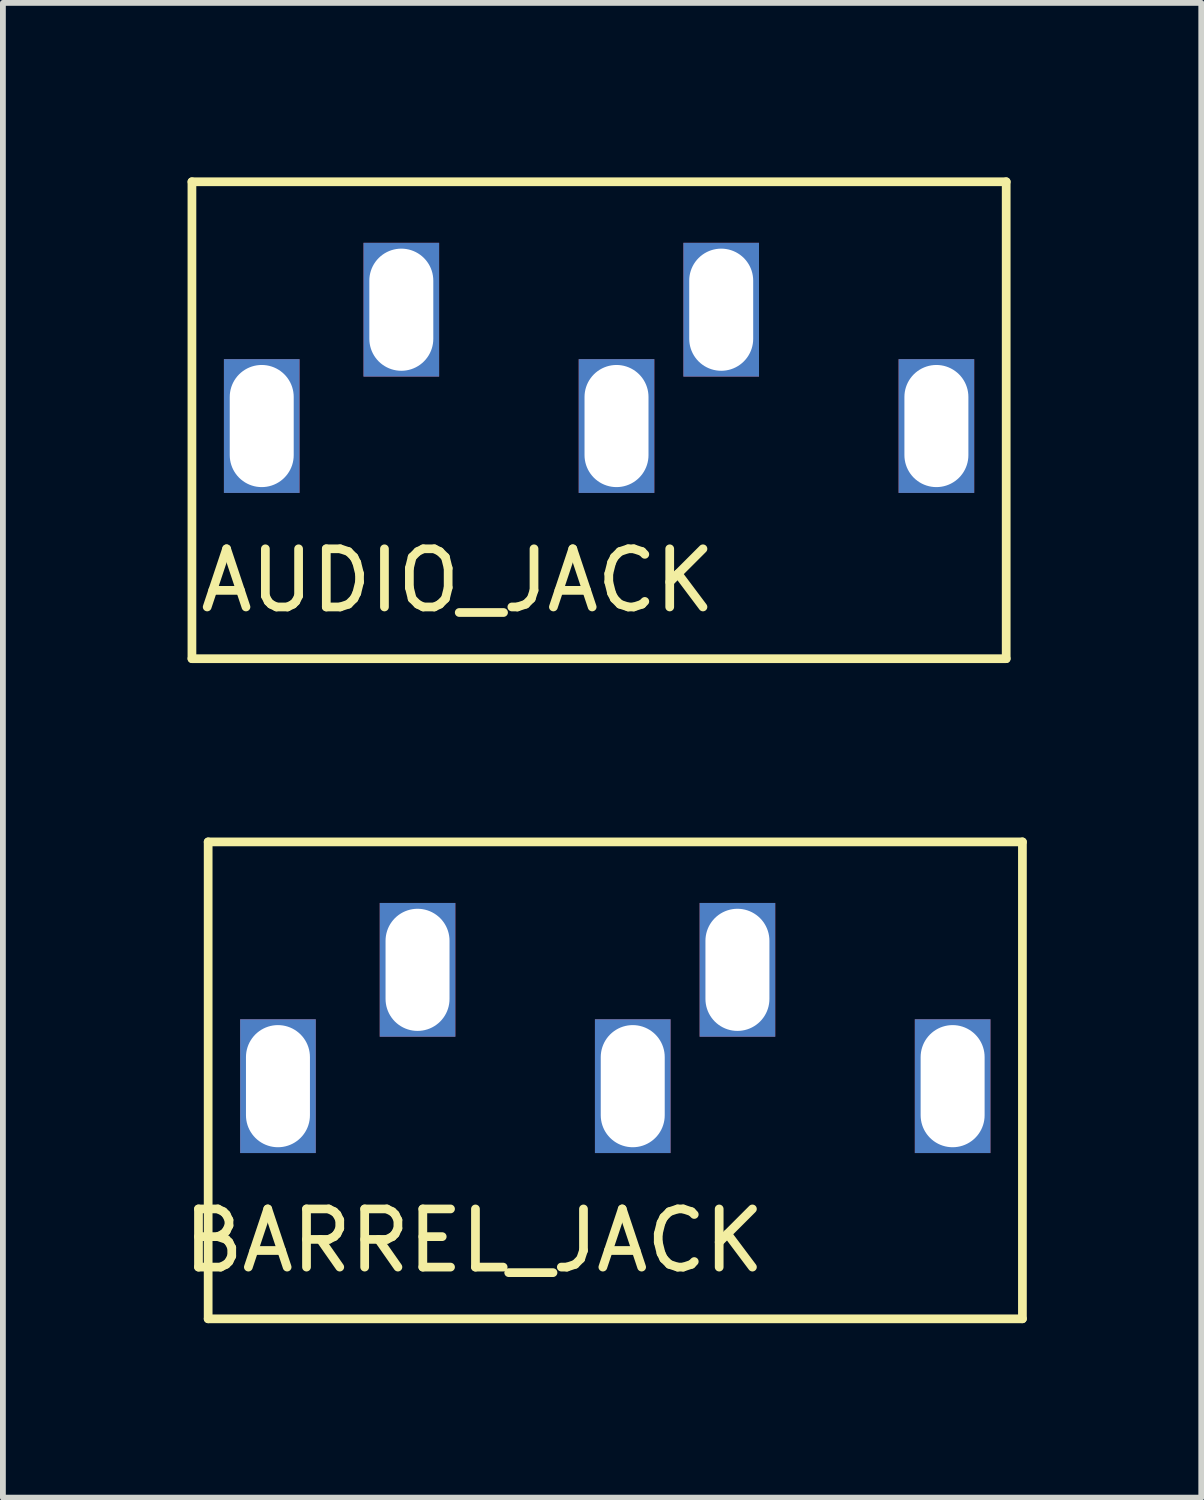
<source format=kicad_pcb>
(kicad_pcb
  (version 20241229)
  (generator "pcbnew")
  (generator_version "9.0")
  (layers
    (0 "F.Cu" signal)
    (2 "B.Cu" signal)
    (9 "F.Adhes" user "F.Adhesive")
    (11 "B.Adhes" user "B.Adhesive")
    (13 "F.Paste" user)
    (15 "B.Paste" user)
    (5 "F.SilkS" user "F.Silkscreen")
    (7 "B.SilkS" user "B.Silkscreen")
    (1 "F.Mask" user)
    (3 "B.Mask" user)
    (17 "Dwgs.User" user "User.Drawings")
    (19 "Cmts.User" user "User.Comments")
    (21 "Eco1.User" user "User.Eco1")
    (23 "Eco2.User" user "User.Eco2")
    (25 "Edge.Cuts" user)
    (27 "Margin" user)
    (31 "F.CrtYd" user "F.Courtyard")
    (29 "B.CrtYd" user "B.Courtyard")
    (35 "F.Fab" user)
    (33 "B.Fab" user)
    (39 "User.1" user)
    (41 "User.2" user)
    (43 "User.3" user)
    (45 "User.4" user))
  (footprint "BARREL_JACK"
    (layer "F.Cu")
    (at 0.529 14.725)
    (property "Reference" "BARREL_JACK" (at 4.572 3.556 180) (layer "F.SilkS") (effects (font (size 1 1) (thickness 0.15))))
    (attr through_hole)
    (fp_line (start 0 -3.3) (end 0 4.9) (stroke (width 0.15) (type solid)) (layer "F.SilkS"))
    (fp_line (start 0 4.9) (end 14 4.9) (stroke (width 0.15) (type solid)) (layer "F.SilkS"))
    (fp_line (start 14 -3.3) (end 0 -3.3) (stroke (width 0.15) (type solid)) (layer "F.SilkS"))
    (fp_line (start 14 -3.3) (end 14 4.9) (stroke (width 0.15) (type solid)) (layer "F.SilkS"))
    (pad "1" thru_hole rect (at 1.2 0.9) (size 1.3 2.3) (drill oval 1.1 2.1) (layers "*.Cu" "*.Mask"))
    (pad "2" thru_hole rect (at 3.6 -1.1) (size 1.3 2.3) (drill oval 1.1 2.1) (layers "*.Cu" "*.Mask"))
    (pad "3" thru_hole rect (at 9.1 -1.1) (size 1.3 2.3) (drill oval 1.1 2.1) (layers "*.Cu" "*.Mask"))
    (pad "4" thru_hole rect (at 12.8 0.9) (size 1.3 2.3) (drill oval 1.1 2.1) (layers "*.Cu" "*.Mask"))
    (pad "5" thru_hole rect (at 7.3 0.9) (size 1.3 2.3) (drill oval 1.1 2.1) (layers "*.Cu" "*.Mask")))
  (footprint "AUDIO_JACK"
    (layer "F.Cu")
    (at 0.25 3.375)
    (property "Reference" "AUDIO_JACK" (at 4.572 3.556 180) (layer "F.SilkS") (effects (font (size 1 1) (thickness 0.15))))
    (attr through_hole)
    (fp_line (start 0 -3.3) (end 0 4.9) (stroke (width 0.15) (type solid)) (layer "F.SilkS"))
    (fp_line (start 0 4.9) (end 14 4.9) (stroke (width 0.15) (type solid)) (layer "F.SilkS"))
    (fp_line (start 14 -3.3) (end 0 -3.3) (stroke (width 0.15) (type solid)) (layer "F.SilkS"))
    (fp_line (start 14 -3.3) (end 14 4.9) (stroke (width 0.15) (type solid)) (layer "F.SilkS"))
    (pad "1" thru_hole rect (at 1.2 0.9) (size 1.3 2.3) (drill oval 1.1 2.1) (layers "*.Cu" "*.Mask"))
    (pad "2" thru_hole rect (at 3.6 -1.1) (size 1.3 2.3) (drill oval 1.1 2.1) (layers "*.Cu" "*.Mask"))
    (pad "3" thru_hole rect (at 9.1 -1.1) (size 1.3 2.3) (drill oval 1.1 2.1) (layers "*.Cu" "*.Mask"))
    (pad "4" thru_hole rect (at 12.8 0.9) (size 1.3 2.3) (drill oval 1.1 2.1) (layers "*.Cu" "*.Mask"))
    (pad "5" thru_hole rect (at 7.3 0.9) (size 1.3 2.3) (drill oval 1.1 2.1) (layers "*.Cu" "*.Mask")))
  (gr_rect
    (start -3 -3)
    (end 17.604 22.7)
    (stroke (width 0.1) (type default))
    (fill no)
    (layer "Edge.Cuts")))
</source>
